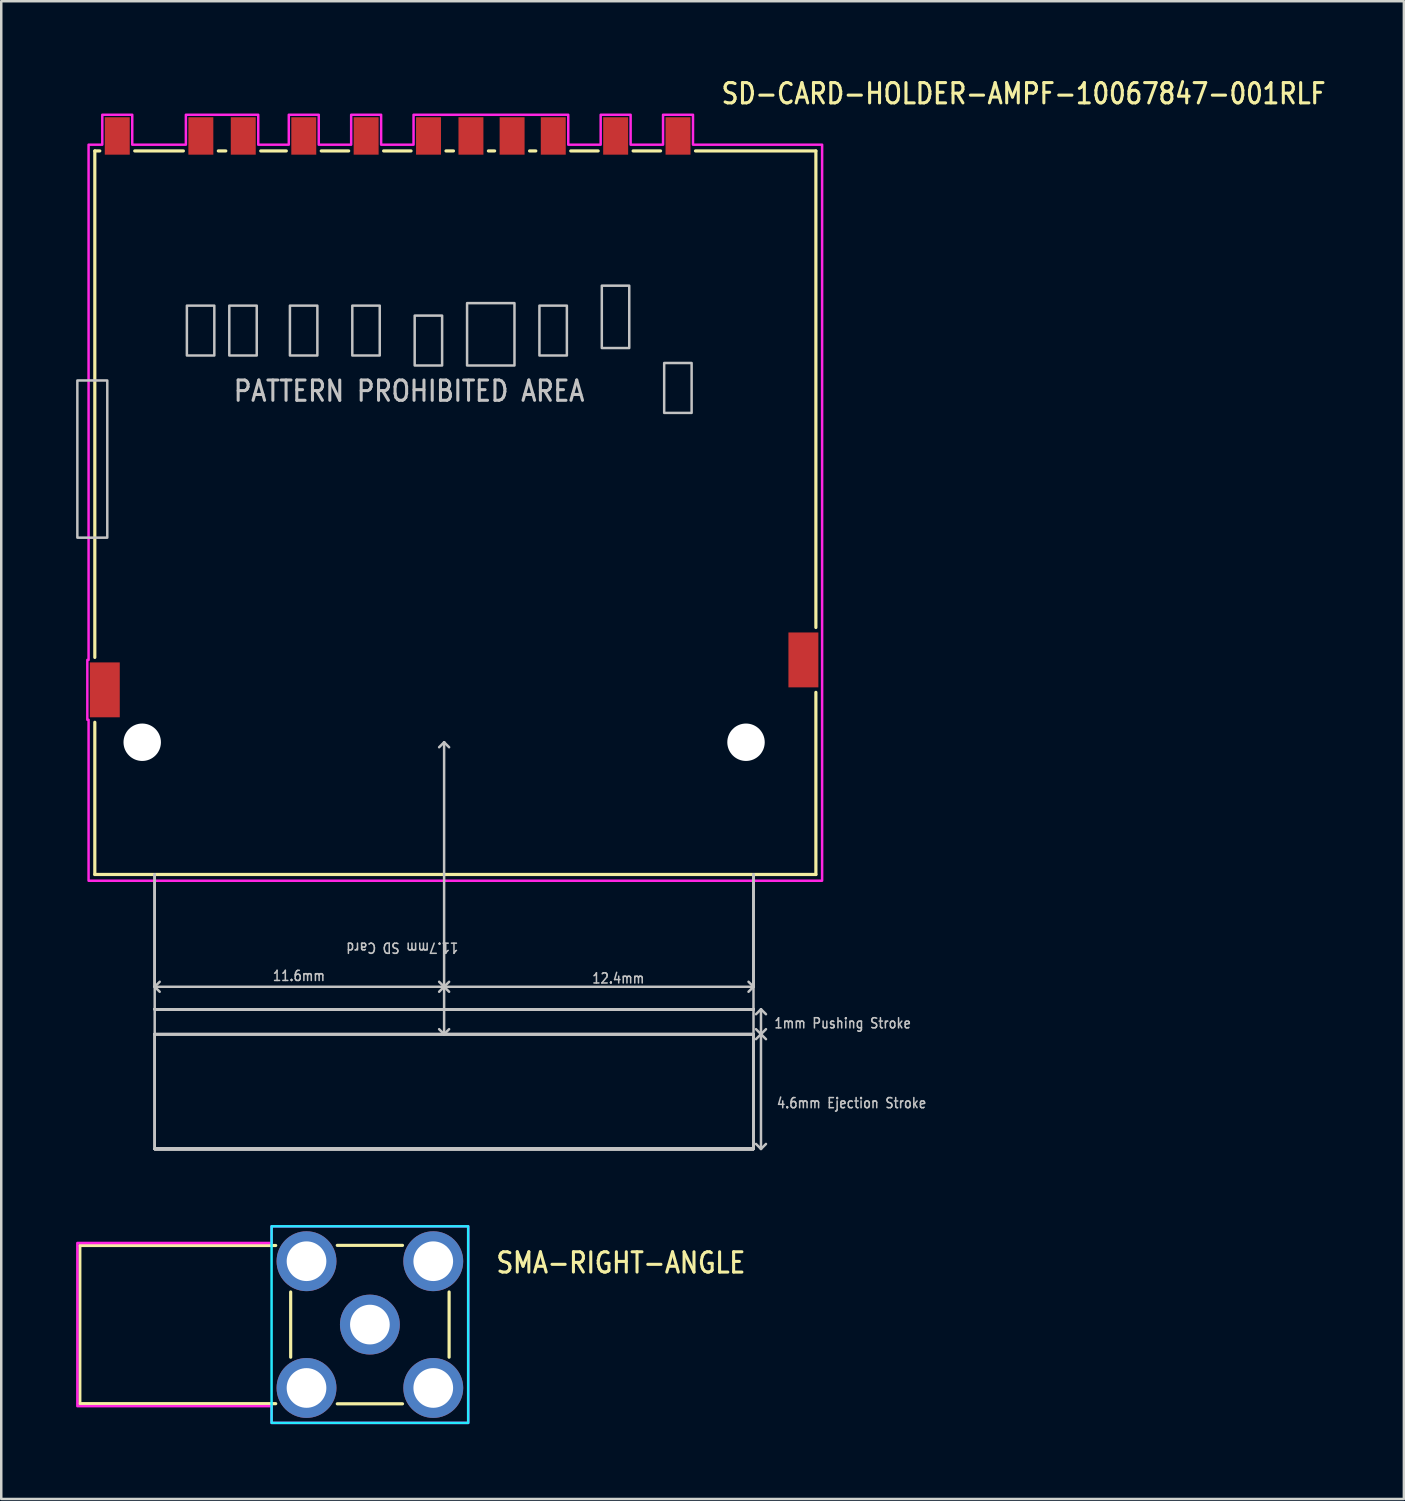
<source format=kicad_pcb>
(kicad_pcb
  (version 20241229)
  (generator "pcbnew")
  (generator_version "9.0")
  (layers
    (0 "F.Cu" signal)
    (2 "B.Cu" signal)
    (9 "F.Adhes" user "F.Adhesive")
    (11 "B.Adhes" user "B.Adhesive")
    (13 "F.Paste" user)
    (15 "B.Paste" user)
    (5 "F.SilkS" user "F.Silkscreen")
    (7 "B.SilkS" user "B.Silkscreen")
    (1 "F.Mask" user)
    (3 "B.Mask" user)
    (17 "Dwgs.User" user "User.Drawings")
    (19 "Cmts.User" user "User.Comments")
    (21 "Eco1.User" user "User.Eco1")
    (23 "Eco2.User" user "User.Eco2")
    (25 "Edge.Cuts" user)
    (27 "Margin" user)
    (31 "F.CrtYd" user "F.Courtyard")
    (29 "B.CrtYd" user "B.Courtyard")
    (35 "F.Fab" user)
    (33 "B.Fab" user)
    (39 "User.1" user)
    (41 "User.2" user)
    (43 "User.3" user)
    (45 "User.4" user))
  (footprint "SMA-RIGHT-ANGLE"
    (layer "F.Cu")
    (at 11.775 50.039)
    (property "Reference" "SMA-RIGHT-ANGLE" (at 5 -2 0) (unlocked yes) (layer "F.SilkS") (effects (font (size 0.813 0.695) (thickness 0.122)) (justify left bottom)))
    (fp_line (start -11.625 -3.17) (end -3.775 -3.17) (stroke (width 0.127) (type solid)) (layer "F.SilkS"))
    (fp_line (start -11.625 3.17) (end -11.625 -3.17) (stroke (width 0.127) (type solid)) (layer "F.SilkS"))
    (fp_line (start -3.775 3.17) (end -11.625 3.17) (stroke (width 0.127) (type solid)) (layer "F.SilkS"))
    (fp_line (start -3.175 -1.307) (end -3.175 1.307) (stroke (width 0.127) (type solid)) (layer "F.SilkS"))
    (fp_line (start 1.307 -3.175) (end -1.307 -3.175) (stroke (width 0.127) (type solid)) (layer "F.SilkS"))
    (fp_line (start 1.307 3.175) (end -1.307 3.175) (stroke (width 0.127) (type solid)) (layer "F.SilkS"))
    (fp_line (start 3.175 -1.307) (end 3.175 1.307) (stroke (width 0.127) (type solid)) (layer "F.SilkS"))
    (fp_poly (pts (xy -3.94 -3.94) (xy 3.94 -3.94) (xy 3.94 3.94) (xy -3.94 3.94)) (stroke (width 0.1) (type solid)) (fill no) (layer "B.CrtYd"))
    (fp_poly (pts (xy 3.94 3.94) (xy 3.94 -3.94) (xy -3.94 -3.94) (xy -3.94 -3.27) (xy -11.725 -3.27) (xy -11.725 3.27) (xy -3.94 3.27) (xy -3.94 3.94)) (stroke (width 0.1) (type solid)) (fill no) (layer "F.CrtYd"))
    (pad "1" thru_hole oval (at -2.54 -2.54) (size 2.4 2.4) (drill 1.59) (layers "*.Cu" "*.Mask"))
    (pad "2" thru_hole oval (at -2.54 2.54) (size 2.4 2.4) (drill 1.59) (layers "*.Cu" "*.Mask"))
    (pad "3" thru_hole oval (at 2.54 2.54) (size 2.4 2.4) (drill 1.59) (layers "*.Cu" "*.Mask"))
    (pad "4" thru_hole oval (at 2.54 -2.54) (size 2.4 2.4) (drill 1.59) (layers "*.Cu" "*.Mask"))
    (pad "5" thru_hole oval (at 0 0) (size 2.4 2.4) (drill 1.59) (layers "*.Cu" "*.Mask")))
  (footprint "SD-CARD-HOLDER-AMPF-10067847-001RLF"
    (layer "F.Cu")
    (at 14.75 26.699)
    (property "Reference" "SD-CARD-HOLDER-AMPF-10067847-001RLF" (at 11.05 -25.52 0) (unlocked yes) (layer "F.SilkS") (effects (font (size 0.813 0.695) (thickness 0.122)) (justify left bottom)))
    (fp_poly (pts (xy -14.7 -14.5) (xy -13.5 -14.5) (xy -13.5 -8.2) (xy -14.7 -8.2)) (stroke (width 0) (type solid)) (fill yes) (layer "F.Mask"))
    (fp_poly (pts (xy -14.7 -14.5) (xy -13.5 -14.5) (xy -13.5 -8.2) (xy -14.7 -8.2)) (stroke (width 0) (type solid)) (fill yes) (layer "F.Mask"))
    (fp_poly (pts (xy -10.31 -17.5) (xy -10.31 -15.5) (xy -9.21 -15.5) (xy -9.21 -17.5)) (stroke (width 0) (type solid)) (fill yes) (layer "F.Mask"))
    (fp_poly (pts (xy -10.31 -17.5) (xy -10.31 -15.5) (xy -9.21 -15.5) (xy -9.21 -17.5)) (stroke (width 0) (type solid)) (fill yes) (layer "F.Mask"))
    (fp_poly (pts (xy -8.61 -17.5) (xy -8.61 -15.5) (xy -7.51 -15.5) (xy -7.51 -17.5)) (stroke (width 0) (type solid)) (fill yes) (layer "F.Mask"))
    (fp_poly (pts (xy -8.61 -17.5) (xy -8.61 -15.5) (xy -7.51 -15.5) (xy -7.51 -17.5)) (stroke (width 0) (type solid)) (fill yes) (layer "F.Mask"))
    (fp_poly (pts (xy -6.18 -17.5) (xy -6.18 -15.5) (xy -5.08 -15.5) (xy -5.08 -17.5)) (stroke (width 0) (type solid)) (fill yes) (layer "F.Mask"))
    (fp_poly (pts (xy -6.18 -17.5) (xy -6.18 -15.5) (xy -5.08 -15.5) (xy -5.08 -17.5)) (stroke (width 0) (type solid)) (fill yes) (layer "F.Mask"))
    (fp_poly (pts (xy -3.68 -17.5) (xy -3.68 -15.5) (xy -2.58 -15.5) (xy -2.58 -17.5)) (stroke (width 0) (type solid)) (fill yes) (layer "F.Mask"))
    (fp_poly (pts (xy -3.68 -17.5) (xy -3.68 -15.5) (xy -2.58 -15.5) (xy -2.58 -17.5)) (stroke (width 0) (type solid)) (fill yes) (layer "F.Mask"))
    (fp_poly (pts (xy -1.18 -17.1) (xy -1.18 -15.1) (xy -0.08 -15.1) (xy -0.08 -17.1)) (stroke (width 0) (type solid)) (fill yes) (layer "F.Mask"))
    (fp_poly (pts (xy -1.18 -17.1) (xy -1.18 -15.1) (xy -0.08 -15.1) (xy -0.08 -17.1)) (stroke (width 0) (type solid)) (fill yes) (layer "F.Mask"))
    (fp_poly (pts (xy 0.92 -17.6) (xy 0.92 -15.1) (xy 2.82 -15.1) (xy 2.82 -17.6)) (stroke (width 0) (type solid)) (fill yes) (layer "F.Mask"))
    (fp_poly (pts (xy 0.92 -17.6) (xy 0.92 -15.1) (xy 2.82 -15.1) (xy 2.82 -17.6)) (stroke (width 0) (type solid)) (fill yes) (layer "F.Mask"))
    (fp_poly (pts (xy 3.82 -17.5) (xy 3.82 -15.5) (xy 4.92 -15.5) (xy 4.92 -17.5)) (stroke (width 0) (type solid)) (fill yes) (layer "F.Mask"))
    (fp_poly (pts (xy 3.82 -17.5) (xy 3.82 -15.5) (xy 4.92 -15.5) (xy 4.92 -17.5)) (stroke (width 0) (type solid)) (fill yes) (layer "F.Mask"))
    (fp_poly (pts (xy 6.32 -18.3) (xy 6.32 -15.8) (xy 7.42 -15.8) (xy 7.42 -18.3)) (stroke (width 0) (type solid)) (fill yes) (layer "F.Mask"))
    (fp_poly (pts (xy 6.32 -18.3) (xy 6.32 -15.8) (xy 7.42 -15.8) (xy 7.42 -18.3)) (stroke (width 0) (type solid)) (fill yes) (layer "F.Mask"))
    (fp_poly (pts (xy 8.82 -15.2) (xy 8.82 -13.2) (xy 9.92 -13.2) (xy 9.92 -15.2)) (stroke (width 0) (type solid)) (fill yes) (layer "F.Mask"))
    (fp_poly (pts (xy 8.82 -15.2) (xy 8.82 -13.2) (xy 9.92 -13.2) (xy 9.92 -15.2)) (stroke (width 0) (type solid)) (fill yes) (layer "F.Mask"))
    (fp_line (start -14 -23.7) (end -14 -3.4) (stroke (width 0.127) (type solid)) (layer "F.SilkS"))
    (fp_line (start -14 5.3) (end -14 -0.8) (stroke (width 0.127) (type solid)) (layer "F.SilkS"))
    (fp_line (start -14 5.3) (end 14.9 5.3) (stroke (width 0.127) (type solid)) (layer "F.SilkS"))
    (fp_line (start -13.8 -23.7) (end -14 -23.7) (stroke (width 0.127) (type solid)) (layer "F.SilkS"))
    (fp_line (start -12.4 -23.7) (end -10.45 -23.7) (stroke (width 0.127) (type solid)) (layer "F.SilkS"))
    (fp_line (start -9.05 -23.7) (end -8.75 -23.7) (stroke (width 0.127) (type solid)) (layer "F.SilkS"))
    (fp_line (start -7.35 -23.7) (end -6.325 -23.7) (stroke (width 0.127) (type solid)) (layer "F.SilkS"))
    (fp_line (start -4.925 -23.7) (end -3.825 -23.7) (stroke (width 0.127) (type solid)) (layer "F.SilkS"))
    (fp_line (start -2.425 -23.7) (end -1.325 -23.7) (stroke (width 0.127) (type solid)) (layer "F.SilkS"))
    (fp_line (start 0.075 -23.7) (end 0.375 -23.7) (stroke (width 0.127) (type solid)) (layer "F.SilkS"))
    (fp_line (start 1.775 -23.7) (end 2.025 -23.7) (stroke (width 0.127) (type solid)) (layer "F.SilkS"))
    (fp_line (start 3.425 -23.7) (end 3.675 -23.7) (stroke (width 0.127) (type solid)) (layer "F.SilkS"))
    (fp_line (start 5.075 -23.7) (end 6.175 -23.7) (stroke (width 0.127) (type solid)) (layer "F.SilkS"))
    (fp_line (start 7.575 -23.7) (end 8.675 -23.7) (stroke (width 0.127) (type solid)) (layer "F.SilkS"))
    (fp_line (start 10.075 -23.7) (end 14.9 -23.7) (stroke (width 0.127) (type solid)) (layer "F.SilkS"))
    (fp_line (start 14.9 -23.7) (end 14.9 -4.6) (stroke (width 0.127) (type solid)) (layer "F.SilkS"))
    (fp_line (start 14.9 5.3) (end 14.9 -2) (stroke (width 0.127) (type solid)) (layer "F.SilkS"))
    (fp_line (start -11.6 5.3) (end -11.6 9.8) (stroke (width 0.1) (type solid)) (layer "Dwgs.User"))
    (fp_line (start -11.6 5.3) (end -11.6 9.8) (stroke (width 0.1) (type solid)) (layer "Dwgs.User"))
    (fp_line (start -11.6 5.3) (end -11.6 9.8) (stroke (width 0.1) (type solid)) (layer "Dwgs.User"))
    (fp_line (start -11.6 9.8) (end -11.6 10.7) (stroke (width 0.1) (type solid)) (layer "Dwgs.User"))
    (fp_line (start -11.6 9.8) (end -11.4 9.6) (stroke (width 0.1) (type solid)) (layer "Dwgs.User"))
    (fp_line (start -11.6 9.8) (end -11.4 10) (stroke (width 0.1) (type solid)) (layer "Dwgs.User"))
    (fp_line (start -11.6 10.7) (end -11.6 11.7) (stroke (width 0.1) (type solid)) (layer "Dwgs.User"))
    (fp_line (start -11.6 10.7) (end 12.4 10.7) (stroke (width 0.1) (type solid)) (layer "Dwgs.User"))
    (fp_line (start -11.6 10.7) (end 12.4 10.7) (stroke (width 0.1) (type solid)) (layer "Dwgs.User"))
    (fp_line (start -11.6 10.7) (end 12.4 10.7) (stroke (width 0.1) (type solid)) (layer "Dwgs.User"))
    (fp_line (start -11.6 10.7) (end 12.4 10.7) (stroke (width 0.1) (type solid)) (layer "Dwgs.User"))
    (fp_line (start -11.6 10.7) (end 12.4 10.7) (stroke (width 0.1) (type solid)) (layer "Dwgs.User"))
    (fp_line (start -11.6 10.7) (end 12.4 10.7) (stroke (width 0.1) (type solid)) (layer "Dwgs.User"))
    (fp_line (start -11.6 10.7) (end 12.4 10.7) (stroke (width 0.1) (type solid)) (layer "Dwgs.User"))
    (fp_line (start -11.6 10.7) (end 12.4 10.7) (stroke (width 0.1) (type solid)) (layer "Dwgs.User"))
    (fp_line (start -11.6 10.7) (end 12.4 10.7) (stroke (width 0.1) (type solid)) (layer "Dwgs.User"))
    (fp_line (start -11.6 10.7) (end 12.4 10.7) (stroke (width 0.1) (type solid)) (layer "Dwgs.User"))
    (fp_line (start -11.6 10.7) (end 12.4 10.7) (stroke (width 0.1) (type solid)) (layer "Dwgs.User"))
    (fp_line (start -11.6 10.7) (end 12.4 10.7) (stroke (width 0.1) (type solid)) (layer "Dwgs.User"))
    (fp_line (start -11.6 11.7) (end -11.6 16.3) (stroke (width 0.1) (type solid)) (layer "Dwgs.User"))
    (fp_line (start -11.6 11.7) (end -11.6 16.3) (stroke (width 0.1) (type solid)) (layer "Dwgs.User"))
    (fp_line (start -11.6 11.7) (end -11.6 16.3) (stroke (width 0.1) (type solid)) (layer "Dwgs.User"))
    (fp_line (start -11.6 11.7) (end 0 11.7) (stroke (width 0.1) (type solid)) (layer "Dwgs.User"))
    (fp_line (start -11.6 11.7) (end 0 11.7) (stroke (width 0.1) (type solid)) (layer "Dwgs.User"))
    (fp_line (start -11.6 11.7) (end 0 11.7) (stroke (width 0.1) (type solid)) (layer "Dwgs.User"))
    (fp_line (start -11.6 11.7) (end 0 11.7) (stroke (width 0.1) (type solid)) (layer "Dwgs.User"))
    (fp_line (start -11.6 11.7) (end 0 11.7) (stroke (width 0.1) (type solid)) (layer "Dwgs.User"))
    (fp_line (start -11.6 11.7) (end 0 11.7) (stroke (width 0.1) (type solid)) (layer "Dwgs.User"))
    (fp_line (start -11.6 16.3) (end 12.4 16.3) (stroke (width 0.1) (type solid)) (layer "Dwgs.User"))
    (fp_line (start -11.6 16.3) (end 12.4 16.3) (stroke (width 0.1) (type solid)) (layer "Dwgs.User"))
    (fp_line (start -11.6 16.3) (end 12.4 16.3) (stroke (width 0.1) (type solid)) (layer "Dwgs.User"))
    (fp_line (start -11.6 16.3) (end 12.4 16.3) (stroke (width 0.1) (type solid)) (layer "Dwgs.User"))
    (fp_line (start -11.6 16.3) (end 12.4 16.3) (stroke (width 0.1) (type solid)) (layer "Dwgs.User"))
    (fp_line (start -11.6 16.3) (end 12.4 16.3) (stroke (width 0.1) (type solid)) (layer "Dwgs.User"))
    (fp_line (start -11.6 16.3) (end 12.4 16.3) (stroke (width 0.1) (type solid)) (layer "Dwgs.User"))
    (fp_line (start -11.6 16.3) (end 12.4 16.3) (stroke (width 0.1) (type solid)) (layer "Dwgs.User"))
    (fp_line (start -11.6 16.3) (end 12.4 16.3) (stroke (width 0.1) (type solid)) (layer "Dwgs.User"))
    (fp_line (start -11.6 16.3) (end 12.4 16.3) (stroke (width 0.1) (type solid)) (layer "Dwgs.User"))
    (fp_line (start -11.6 16.3) (end 12.4 16.3) (stroke (width 0.1) (type solid)) (layer "Dwgs.User"))
    (fp_line (start -11.6 16.3) (end 12.4 16.3) (stroke (width 0.1) (type solid)) (layer "Dwgs.User"))
    (fp_line (start 0 0) (end -0.2 0.2) (stroke (width 0.1) (type solid)) (layer "Dwgs.User"))
    (fp_line (start 0 0) (end 0 9.8) (stroke (width 0.1) (type solid)) (layer "Dwgs.User"))
    (fp_line (start 0 0) (end 0.2 0.2) (stroke (width 0.1) (type solid)) (layer "Dwgs.User"))
    (fp_line (start 0 9.8) (end -11.6 9.8) (stroke (width 0.1) (type solid)) (layer "Dwgs.User"))
    (fp_line (start 0 9.8) (end -0.2 9.6) (stroke (width 0.1) (type solid)) (layer "Dwgs.User"))
    (fp_line (start 0 9.8) (end -0.2 10) (stroke (width 0.1) (type solid)) (layer "Dwgs.User"))
    (fp_line (start 0 9.8) (end 0 11.7) (stroke (width 0.1) (type solid)) (layer "Dwgs.User"))
    (fp_line (start 0 9.8) (end 0.2 9.6) (stroke (width 0.1) (type solid)) (layer "Dwgs.User"))
    (fp_line (start 0 9.8) (end 0.2 10) (stroke (width 0.1) (type solid)) (layer "Dwgs.User"))
    (fp_line (start 0 9.8) (end 12.4 9.8) (stroke (width 0.1) (type solid)) (layer "Dwgs.User"))
    (fp_line (start 0 11.7) (end -0.2 11.5) (stroke (width 0.1) (type solid)) (layer "Dwgs.User"))
    (fp_line (start 0 11.7) (end 0.2 11.5) (stroke (width 0.1) (type solid)) (layer "Dwgs.User"))
    (fp_line (start 0 11.7) (end 12.4 11.7) (stroke (width 0.1) (type solid)) (layer "Dwgs.User"))
    (fp_line (start 0 11.7) (end 12.4 11.7) (stroke (width 0.1) (type solid)) (layer "Dwgs.User"))
    (fp_line (start 0 11.7) (end 12.4 11.7) (stroke (width 0.1) (type solid)) (layer "Dwgs.User"))
    (fp_line (start 0 11.7) (end 12.4 11.7) (stroke (width 0.1) (type solid)) (layer "Dwgs.User"))
    (fp_line (start 0 11.7) (end 12.4 11.7) (stroke (width 0.1) (type solid)) (layer "Dwgs.User"))
    (fp_line (start 0 11.7) (end 12.4 11.7) (stroke (width 0.1) (type solid)) (layer "Dwgs.User"))
    (fp_line (start 0 11.7) (end 12.4 11.7) (stroke (width 0.1) (type solid)) (layer "Dwgs.User"))
    (fp_line (start 12.4 9.8) (end 12.2 9.6) (stroke (width 0.1) (type solid)) (layer "Dwgs.User"))
    (fp_line (start 12.4 9.8) (end 12.2 10) (stroke (width 0.1) (type solid)) (layer "Dwgs.User"))
    (fp_line (start 12.4 9.8) (end 12.4 5.3) (stroke (width 0.1) (type solid)) (layer "Dwgs.User"))
    (fp_line (start 12.4 9.8) (end 12.4 5.3) (stroke (width 0.1) (type solid)) (layer "Dwgs.User"))
    (fp_line (start 12.4 9.8) (end 12.4 5.3) (stroke (width 0.1) (type solid)) (layer "Dwgs.User"))
    (fp_line (start 12.4 10.7) (end 12.4 9.8) (stroke (width 0.1) (type solid)) (layer "Dwgs.User"))
    (fp_line (start 12.4 11.7) (end 12.4 10.7) (stroke (width 0.1) (type solid)) (layer "Dwgs.User"))
    (fp_line (start 12.4 16.3) (end 12.4 11.7) (stroke (width 0.1) (type solid)) (layer "Dwgs.User"))
    (fp_line (start 12.4 16.3) (end 12.4 11.7) (stroke (width 0.1) (type solid)) (layer "Dwgs.User"))
    (fp_line (start 12.4 16.3) (end 12.4 11.7) (stroke (width 0.1) (type solid)) (layer "Dwgs.User"))
    (fp_line (start 12.5 10.9) (end 12.7 10.7) (stroke (width 0.1) (type solid)) (layer "Dwgs.User"))
    (fp_line (start 12.5 11.5) (end 12.7 11.7) (stroke (width 0.1) (type solid)) (layer "Dwgs.User"))
    (fp_line (start 12.7 10.7) (end 12.7 11.7) (stroke (width 0.1) (type solid)) (layer "Dwgs.User"))
    (fp_line (start 12.7 10.7) (end 12.9 10.9) (stroke (width 0.1) (type solid)) (layer "Dwgs.User"))
    (fp_line (start 12.7 11.7) (end 12.5 11.9) (stroke (width 0.1) (type solid)) (layer "Dwgs.User"))
    (fp_line (start 12.7 11.7) (end 12.7 16.3) (stroke (width 0.1) (type solid)) (layer "Dwgs.User"))
    (fp_line (start 12.7 11.7) (end 12.9 11.5) (stroke (width 0.1) (type solid)) (layer "Dwgs.User"))
    (fp_line (start 12.7 11.7) (end 12.9 11.9) (stroke (width 0.1) (type solid)) (layer "Dwgs.User"))
    (fp_line (start 12.7 16.3) (end 12.5 16.1) (stroke (width 0.1) (type solid)) (layer "Dwgs.User"))
    (fp_line (start 12.7 16.3) (end 12.9 16.1) (stroke (width 0.1) (type solid)) (layer "Dwgs.User"))
    (fp_poly (pts (xy -14.7 -14.5) (xy -13.5 -14.5) (xy -13.5 -8.2) (xy -14.7 -8.2)) (stroke (width 0.1) (type solid)) (fill no) (layer "Dwgs.User"))
    (fp_poly (pts (xy -10.31 -17.5) (xy -10.31 -15.5) (xy -9.21 -15.5) (xy -9.21 -17.5)) (stroke (width 0.1) (type solid)) (fill no) (layer "Dwgs.User"))
    (fp_poly (pts (xy -8.61 -17.5) (xy -8.61 -15.5) (xy -7.51 -15.5) (xy -7.51 -17.5)) (stroke (width 0.1) (type solid)) (fill no) (layer "Dwgs.User"))
    (fp_poly (pts (xy -6.18 -17.5) (xy -6.18 -15.5) (xy -5.08 -15.5) (xy -5.08 -17.5)) (stroke (width 0.1) (type solid)) (fill no) (layer "Dwgs.User"))
    (fp_poly (pts (xy -3.68 -17.5) (xy -3.68 -15.5) (xy -2.58 -15.5) (xy -2.58 -17.5)) (stroke (width 0.1) (type solid)) (fill no) (layer "Dwgs.User"))
    (fp_poly (pts (xy -1.18 -17.1) (xy -1.18 -15.1) (xy -0.08 -15.1) (xy -0.08 -17.1)) (stroke (width 0.1) (type solid)) (fill no) (layer "Dwgs.User"))
    (fp_poly (pts (xy 0.92 -17.6) (xy 0.92 -15.1) (xy 2.82 -15.1) (xy 2.82 -17.6)) (stroke (width 0.1) (type solid)) (fill no) (layer "Dwgs.User"))
    (fp_poly (pts (xy 3.82 -17.5) (xy 3.82 -15.5) (xy 4.92 -15.5) (xy 4.92 -17.5)) (stroke (width 0.1) (type solid)) (fill no) (layer "Dwgs.User"))
    (fp_poly (pts (xy 6.32 -18.3) (xy 6.32 -15.8) (xy 7.42 -15.8) (xy 7.42 -18.3)) (stroke (width 0.1) (type solid)) (fill no) (layer "Dwgs.User"))
    (fp_poly (pts (xy 8.82 -15.2) (xy 8.82 -13.2) (xy 9.92 -13.2) (xy 9.92 -15.2)) (stroke (width 0.1) (type solid)) (fill no) (layer "Dwgs.User"))
    (fp_poly (pts (xy -14.25 -23.95) (xy -13.7 -23.95) (xy -13.7 -25.15) (xy -12.5 -25.15) (xy -12.5 -23.95) (xy -10.35 -23.95) (xy -10.35 -25.15) (xy -7.45 -25.15) (xy -7.45 -23.95) (xy -6.225 -23.95) (xy -6.225 -25.15) (xy -5.025 -25.15) (xy -5.025 -23.95) (xy -3.725 -23.95) (xy -3.725 -25.15) (xy -2.525 -25.15) (xy -2.525 -23.95) (xy -1.225 -23.95) (xy -1.225 -25.15) (xy 4.975 -25.15) (xy 4.975 -23.95) (xy 6.275 -23.95) (xy 6.275 -25.15) (xy 7.475 -25.15) (xy 7.475 -23.95) (xy 8.775 -23.95) (xy 8.775 -25.15) (xy 9.975 -25.15) (xy 9.975 -23.95) (xy 15.15 -23.95) (xy 15.15 5.55) (xy -14.25 5.55) (xy -14.25 -0.9) (xy -14.3 -0.9) (xy -14.3 -3.3) (xy -14.25 -3.3)) (stroke (width 0.1) (type solid)) (fill no) (layer "F.CrtYd"))
    (fp_text user "12.4mm" (at 5.9 9.7 0) (unlocked yes) (layer "Dwgs.User") (effects (font (size 0.406 0.347) (thickness 0.061)) (justify left bottom)))
    (fp_text user "PATTERN PROHIBITED AREA" (at -8.5 -13.6 0) (unlocked yes) (layer "Dwgs.User") (effects (font (size 0.813 0.695) (thickness 0.122)) (justify left bottom)))
    (fp_text user "11.6mm" (at -6.9 9.6 0) (unlocked yes) (layer "Dwgs.User") (effects (font (size 0.406 0.347) (thickness 0.061)) (justify left bottom)))
    (fp_text user "4.6mm Ejection Stroke" (at 13.3 14.7 0) (unlocked yes) (layer "Dwgs.User") (effects (font (size 0.406 0.347) (thickness 0.061)) (justify left bottom)))
    (fp_text user "11.7mm SD Card" (at 0.6 8 180) (unlocked yes) (layer "Dwgs.User") (effects (font (size 0.406 0.347) (thickness 0.061)) (justify left bottom)))
    (fp_text user "1mm Pushing Stroke" (at 13.2 11.5 0) (unlocked yes) (layer "Dwgs.User") (effects (font (size 0.406 0.347) (thickness 0.061)) (justify left bottom)))
    (pad "" np_thru_hole circle (at -12.1 0) (size 1.5 1.5) (drill 1.5) (layers "*.Cu" "*.Mask"))
    (pad "" np_thru_hole circle (at 12.1 0) (size 1.5 1.5) (drill 1.5) (layers "*.Cu" "*.Mask"))
    (pad "#1" smd rect (at 6.875 -24.3) (size 1 1.5) (layers "F.Cu" "F.Mask" "F.Paste"))
    (pad "#2" smd rect (at 4.375 -24.3) (size 1 1.5) (layers "F.Cu" "F.Mask" "F.Paste"))
    (pad "#3" smd rect (at 1.075 -24.3) (size 1 1.5) (layers "F.Cu" "F.Mask" "F.Paste"))
    (pad "#4" smd rect (at -0.625 -24.3) (size 1 1.5) (layers "F.Cu" "F.Mask" "F.Paste"))
    (pad "#5" smd rect (at -3.125 -24.3) (size 1 1.5) (layers "F.Cu" "F.Mask" "F.Paste"))
    (pad "#6" smd rect (at -5.625 -24.3) (size 1 1.5) (layers "F.Cu" "F.Mask" "F.Paste"))
    (pad "#7" smd rect (at -8.05 -24.3) (size 1 1.5) (layers "F.Cu" "F.Mask" "F.Paste"))
    (pad "#8" smd rect (at -9.75 -24.3) (size 1 1.5) (layers "F.Cu" "F.Mask" "F.Paste"))
    (pad "#9" smd rect (at 9.375 -24.3) (size 1 1.5) (layers "F.Cu" "F.Mask" "F.Paste"))
    (pad "CD" smd rect (at 2.725 -24.3) (size 1 1.5) (layers "F.Cu" "F.Mask" "F.Paste"))
    (pad "SHELL_1" smd rect (at -13.6 -2.1) (size 1.2 2.2) (layers "F.Cu" "F.Mask" "F.Paste"))
    (pad "SHELL_2" smd rect (at 14.4 -3.3) (size 1.2 2.2) (layers "F.Cu" "F.Mask" "F.Paste"))
    (pad "WP" smd rect (at -13.1 -24.3) (size 1 1.5) (layers "F.Cu" "F.Mask" "F.Paste")))
  (gr_rect
    (start -3 -3)
    (end 53.217 57.029)
    (stroke (width 0.1) (type default))
    (fill no)
    (layer "Edge.Cuts")))
</source>
